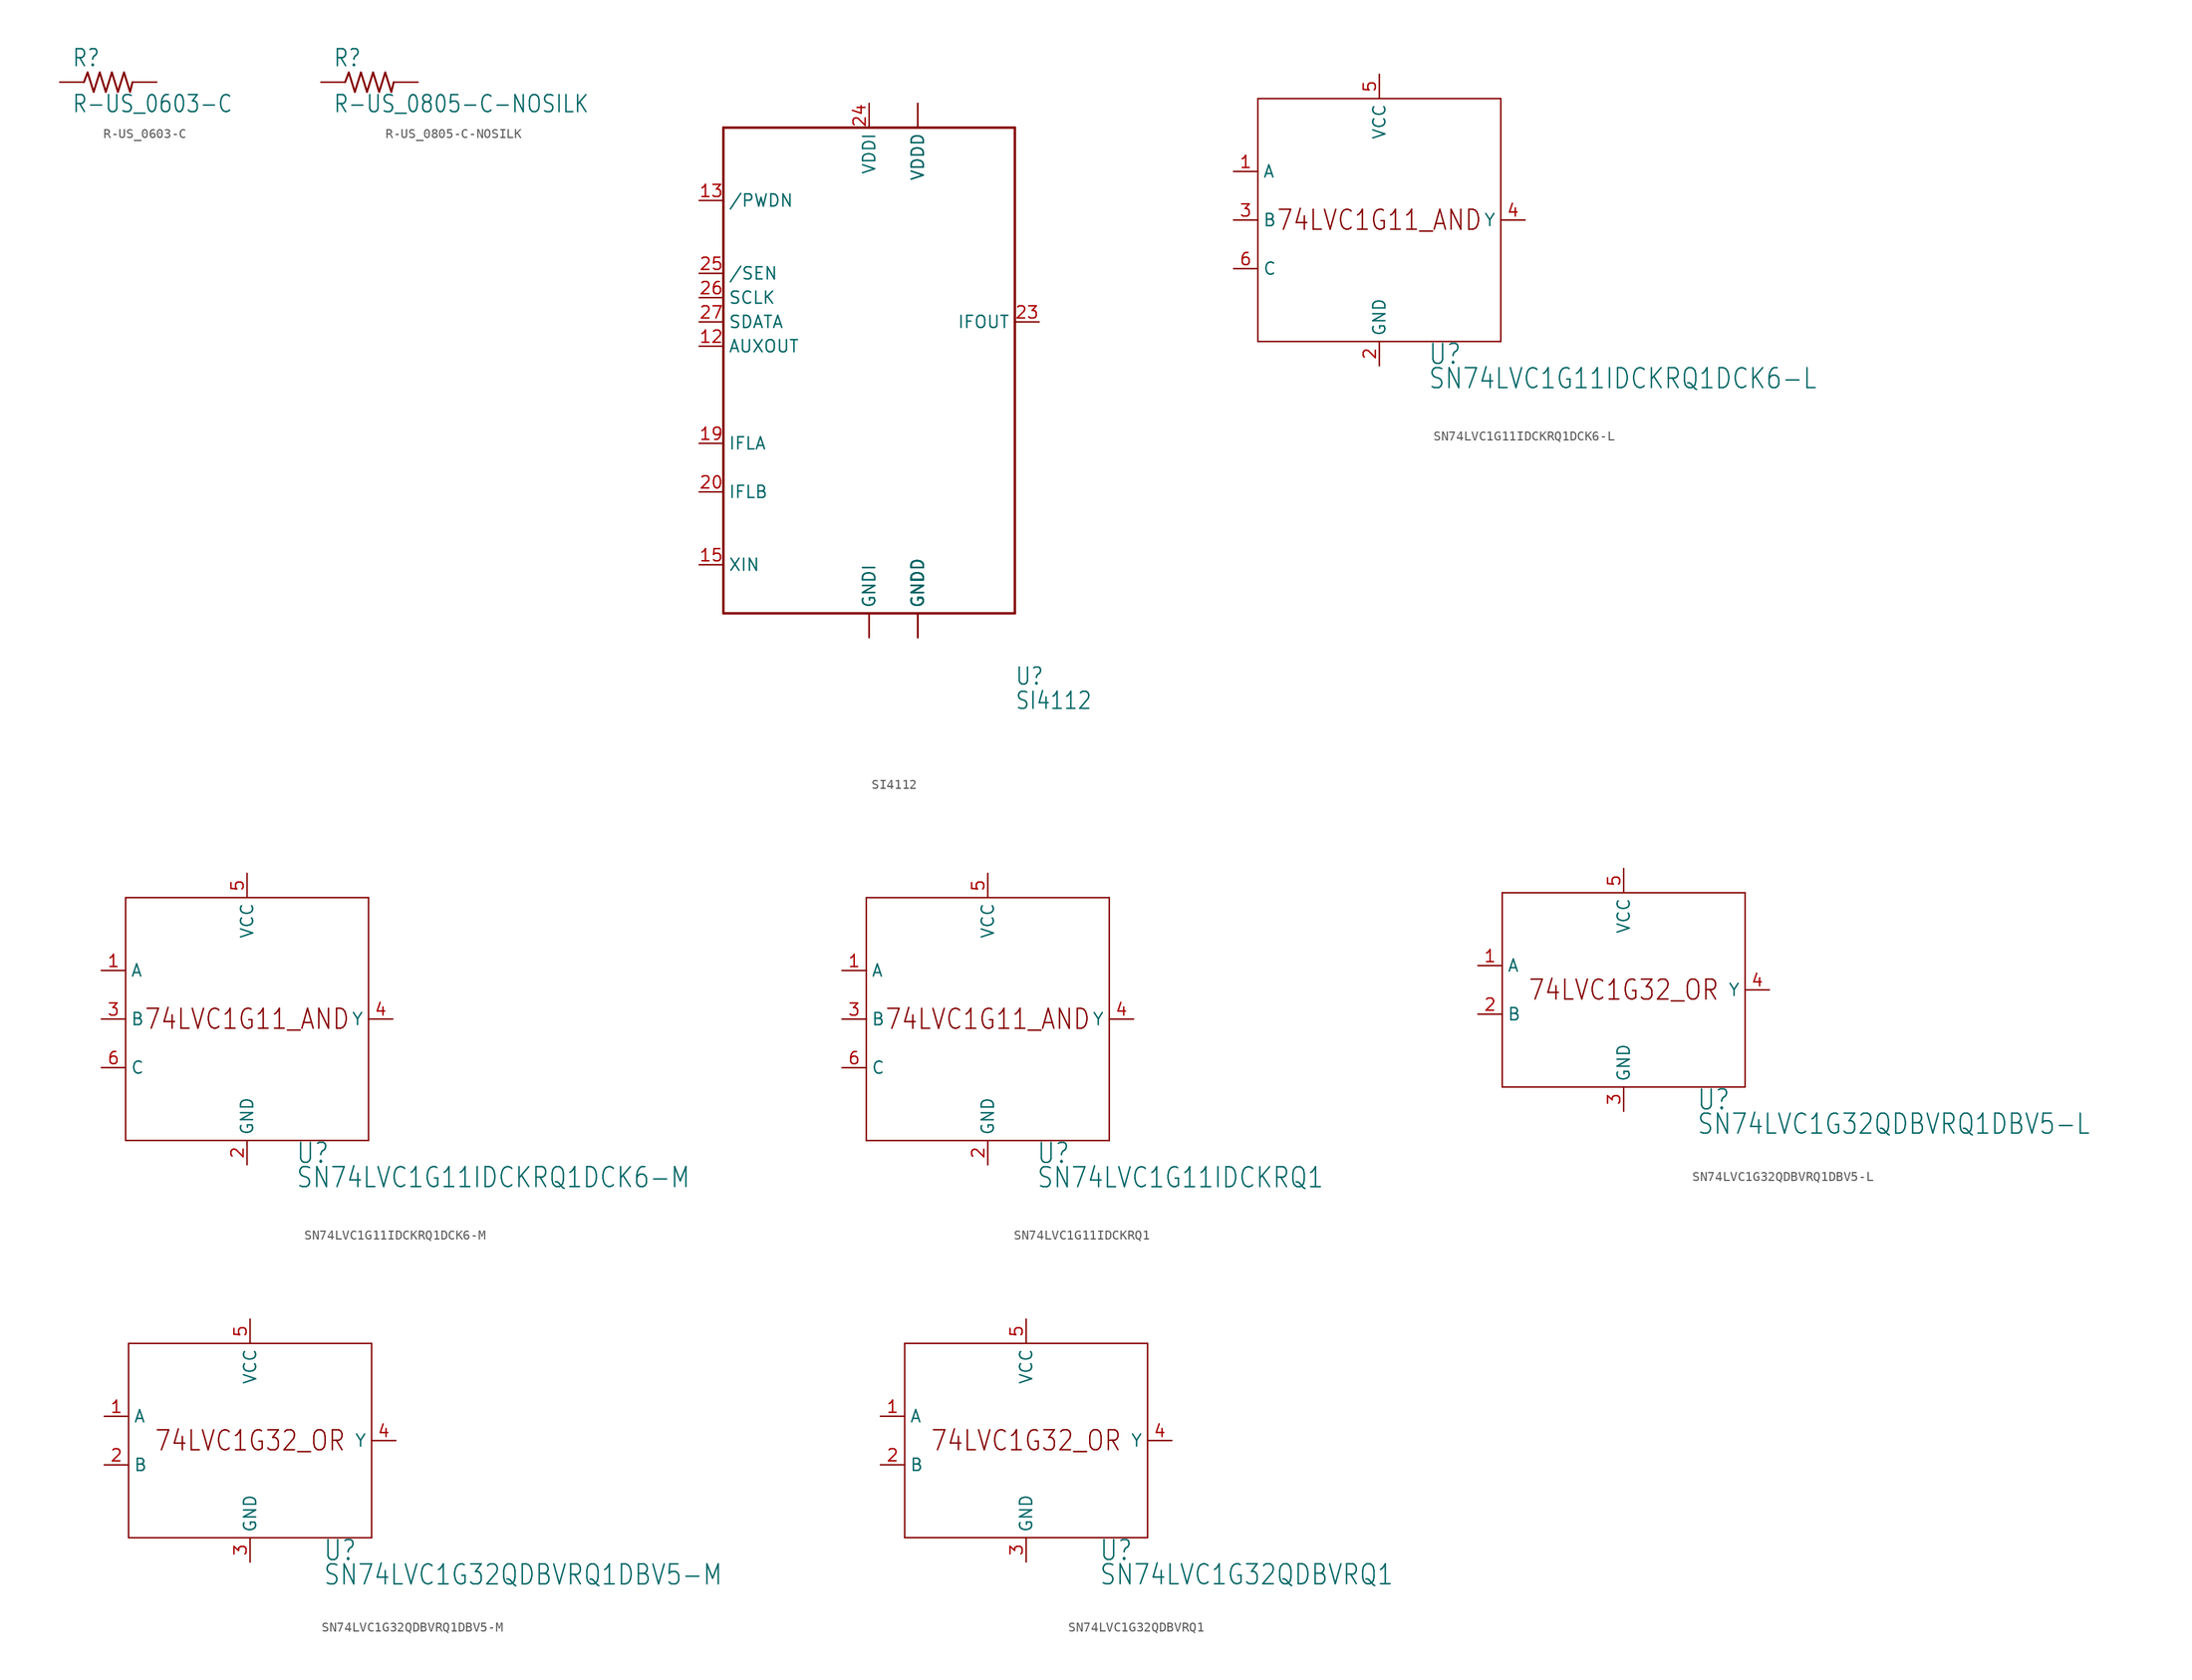
<source format=kicad_sym>
(kicad_symbol_lib
  (version 20211014)
  (generator kicad_symbol_editor)
  (symbol "R-US_0603-C"
    (property "Reference" "R"
      (at -3.81 1.499 0)
      (effects (font (size 1.778 1.511)) (justify left bottom)))
    (property "Value" "R-US_0603-C"
      (at -3.81 -3.302 0)
      (effects (font (size 1.778 1.511)) (justify left bottom)))
    (property "ki_locked" ""
      (at 0 0 0)
      (effects (font (size 1.27 1.27))))
    (symbol "R-US_0603-C_1_0"
      (polyline (pts (xy -2.54 0) (xy -2.159 1.016)) (stroke (width 0.203) (type default) (color 0 0 0 0)) (fill (type none)))
      (polyline (pts (xy -2.159 1.016) (xy -1.524 -1.016)) (stroke (width 0.203) (type default) (color 0 0 0 0)) (fill (type none)))
      (polyline (pts (xy -1.524 -1.016) (xy -0.889 1.016)) (stroke (width 0.203) (type default) (color 0 0 0 0)) (fill (type none)))
      (polyline (pts (xy -0.889 1.016) (xy -0.254 -1.016)) (stroke (width 0.203) (type default) (color 0 0 0 0)) (fill (type none)))
      (polyline (pts (xy -0.254 -1.016) (xy 0.381 1.016)) (stroke (width 0.203) (type default) (color 0 0 0 0)) (fill (type none)))
      (polyline (pts (xy 0.381 1.016) (xy 1.016 -1.016)) (stroke (width 0.203) (type default) (color 0 0 0 0)) (fill (type none)))
      (polyline (pts (xy 1.016 -1.016) (xy 1.651 1.016)) (stroke (width 0.203) (type default) (color 0 0 0 0)) (fill (type none)))
      (polyline (pts (xy 1.651 1.016) (xy 2.286 -1.016)) (stroke (width 0.203) (type default) (color 0 0 0 0)) (fill (type none)))
      (polyline (pts (xy 2.286 -1.016) (xy 2.54 0)) (stroke (width 0.203) (type default) (color 0 0 0 0)) (fill (type none)))
      (pin passive line (at -5.08 0 0) (length 2.54) (name "1" (effects (font (size 0 0)))) (number "1" (effects (font (size 0 0)))))
      (pin passive line (at 5.08 0 180) (length 2.54) (name "2" (effects (font (size 0 0)))) (number "2" (effects (font (size 0 0)))))))
  (symbol "R-US_0805-C-NOSILK"
    (property "Reference" "R"
      (at -3.81 1.499 0)
      (effects (font (size 1.778 1.511)) (justify left bottom)))
    (property "Value" "R-US_0805-C-NOSILK"
      (at -3.81 -3.302 0)
      (effects (font (size 1.778 1.511)) (justify left bottom)))
    (property "ki_locked" ""
      (at 0 0 0)
      (effects (font (size 1.27 1.27))))
    (symbol "R-US_0805-C-NOSILK_1_0"
      (polyline (pts (xy -2.54 0) (xy -2.159 1.016)) (stroke (width 0.203) (type default) (color 0 0 0 0)) (fill (type none)))
      (polyline (pts (xy -2.159 1.016) (xy -1.524 -1.016)) (stroke (width 0.203) (type default) (color 0 0 0 0)) (fill (type none)))
      (polyline (pts (xy -1.524 -1.016) (xy -0.889 1.016)) (stroke (width 0.203) (type default) (color 0 0 0 0)) (fill (type none)))
      (polyline (pts (xy -0.889 1.016) (xy -0.254 -1.016)) (stroke (width 0.203) (type default) (color 0 0 0 0)) (fill (type none)))
      (polyline (pts (xy -0.254 -1.016) (xy 0.381 1.016)) (stroke (width 0.203) (type default) (color 0 0 0 0)) (fill (type none)))
      (polyline (pts (xy 0.381 1.016) (xy 1.016 -1.016)) (stroke (width 0.203) (type default) (color 0 0 0 0)) (fill (type none)))
      (polyline (pts (xy 1.016 -1.016) (xy 1.651 1.016)) (stroke (width 0.203) (type default) (color 0 0 0 0)) (fill (type none)))
      (polyline (pts (xy 1.651 1.016) (xy 2.286 -1.016)) (stroke (width 0.203) (type default) (color 0 0 0 0)) (fill (type none)))
      (polyline (pts (xy 2.286 -1.016) (xy 2.54 0)) (stroke (width 0.203) (type default) (color 0 0 0 0)) (fill (type none)))
      (pin passive line (at -5.08 0 0) (length 2.54) (name "1" (effects (font (size 0 0)))) (number "1" (effects (font (size 0 0)))))
      (pin passive line (at 5.08 0 180) (length 2.54) (name "2" (effects (font (size 0 0)))) (number "2" (effects (font (size 0 0)))))))
  (symbol "SI4112"
    (property "Reference" "U"
      (at 15.24 -33.02 0)
      (effects (font (size 1.778 1.511)) (justify left bottom)))
    (property "Value" "SI4112"
      (at 15.24 -35.56 0)
      (effects (font (size 1.778 1.511)) (justify left bottom)))
    (property "ki_locked" ""
      (at 0 0 0)
      (effects (font (size 1.27 1.27))))
    (symbol "SI4112_1_0"
      (polyline (pts (xy -15.24 -25.4) (xy -15.24 25.4)) (stroke (width 0.254) (type default) (color 0 0 0 0)) (fill (type none)))
      (polyline (pts (xy -15.24 25.4) (xy 15.24 25.4)) (stroke (width 0.254) (type default) (color 0 0 0 0)) (fill (type none)))
      (polyline (pts (xy 15.24 -25.4) (xy -15.24 -25.4)) (stroke (width 0.254) (type default) (color 0 0 0 0)) (fill (type none)))
      (polyline (pts (xy 15.24 25.4) (xy 15.24 -25.4)) (stroke (width 0.254) (type default) (color 0 0 0 0)) (fill (type none)))
      (pin power_in line (at 5.08 -27.94 90) (length 2.54) (name "GNDD" (effects (font (size 1.27 1.27)))) (number "1" (effects (font (size 0 0)))))
      (pin power_in line (at 5.08 -27.94 90) (length 2.54) (name "GNDD" (effects (font (size 1.27 1.27)))) (number "10" (effects (font (size 0 0)))))
      (pin power_in line (at 5.08 27.94 270) (length 2.54) (name "VDDD" (effects (font (size 1.27 1.27)))) (number "11" (effects (font (size 0 0)))))
      (pin output line (at -17.78 2.54 0) (length 2.54) (name "AUXOUT" (effects (font (size 1.27 1.27)))) (number "12" (effects (font (size 1.27 1.27)))))
      (pin input line (at -17.78 17.78 0) (length 2.54) (name "/PWDN" (effects (font (size 1.27 1.27)))) (number "13" (effects (font (size 1.27 1.27)))))
      (pin power_in line (at 5.08 -27.94 90) (length 2.54) (name "GNDD" (effects (font (size 1.27 1.27)))) (number "14" (effects (font (size 0 0)))))
      (pin input line (at -17.78 -20.32 0) (length 2.54) (name "XIN" (effects (font (size 1.27 1.27)))) (number "15" (effects (font (size 1.27 1.27)))))
      (pin power_in line (at 5.08 -27.94 90) (length 2.54) (name "GNDD" (effects (font (size 1.27 1.27)))) (number "16" (effects (font (size 0 0)))))
      (pin power_in line (at 5.08 27.94 270) (length 2.54) (name "VDDD" (effects (font (size 1.27 1.27)))) (number "17" (effects (font (size 0 0)))))
      (pin power_in line (at 5.08 -27.94 90) (length 2.54) (name "GNDD" (effects (font (size 1.27 1.27)))) (number "18" (effects (font (size 0 0)))))
      (pin input line (at -17.78 -7.62 0) (length 2.54) (name "IFLA" (effects (font (size 1.27 1.27)))) (number "19" (effects (font (size 1.27 1.27)))))
      (pin power_in line (at 5.08 -27.94 90) (length 2.54) (name "GNDD" (effects (font (size 1.27 1.27)))) (number "2" (effects (font (size 0 0)))))
      (pin input line (at -17.78 -12.7 0) (length 2.54) (name "IFLB" (effects (font (size 1.27 1.27)))) (number "20" (effects (font (size 1.27 1.27)))))
      (pin power_in line (at 0 -27.94 90) (length 2.54) (name "GNDI" (effects (font (size 1.27 1.27)))) (number "21" (effects (font (size 0 0)))))
      (pin power_in line (at 0 -27.94 90) (length 2.54) (name "GNDI" (effects (font (size 1.27 1.27)))) (number "22" (effects (font (size 0 0)))))
      (pin output line (at 17.78 5.08 180) (length 2.54) (name "IFOUT" (effects (font (size 1.27 1.27)))) (number "23" (effects (font (size 1.27 1.27)))))
      (pin power_in line (at 0 27.94 270) (length 2.54) (name "VDDI" (effects (font (size 1.27 1.27)))) (number "24" (effects (font (size 1.27 1.27)))))
      (pin input line (at -17.78 10.16 0) (length 2.54) (name "/SEN" (effects (font (size 1.27 1.27)))) (number "25" (effects (font (size 1.27 1.27)))))
      (pin input line (at -17.78 7.62 0) (length 2.54) (name "SCLK" (effects (font (size 1.27 1.27)))) (number "26" (effects (font (size 1.27 1.27)))))
      (pin input line (at -17.78 5.08 0) (length 2.54) (name "SDATA" (effects (font (size 1.27 1.27)))) (number "27" (effects (font (size 1.27 1.27)))))
      (pin power_in line (at 5.08 -27.94 90) (length 2.54) (name "GNDD" (effects (font (size 1.27 1.27)))) (number "28" (effects (font (size 0 0)))))
      (pin power_in line (at 5.08 -27.94 90) (length 2.54) (name "GNDD" (effects (font (size 1.27 1.27)))) (number "3" (effects (font (size 0 0)))))
      (pin power_in line (at 5.08 -27.94 90) (length 2.54) (name "GNDD" (effects (font (size 1.27 1.27)))) (number "4" (effects (font (size 0 0)))))
      (pin power_in line (at 5.08 -27.94 90) (length 2.54) (name "GNDD" (effects (font (size 1.27 1.27)))) (number "5" (effects (font (size 0 0)))))
      (pin power_in line (at 5.08 -27.94 90) (length 2.54) (name "GNDD" (effects (font (size 1.27 1.27)))) (number "6" (effects (font (size 0 0)))))
      (pin power_in line (at 5.08 -27.94 90) (length 2.54) (name "GNDD" (effects (font (size 1.27 1.27)))) (number "7" (effects (font (size 0 0)))))
      (pin power_in line (at 5.08 -27.94 90) (length 2.54) (name "GNDD" (effects (font (size 1.27 1.27)))) (number "8" (effects (font (size 0 0)))))
      (pin power_in line (at 5.08 -27.94 90) (length 2.54) (name "GNDD" (effects (font (size 1.27 1.27)))) (number "9" (effects (font (size 0 0)))))
      (pin power_in line (at 5.08 -27.94 90) (length 2.54) (name "GNDD" (effects (font (size 1.27 1.27)))) (number "PAD" (effects (font (size 0 0)))))))
  (symbol "SN74LVC1G11IDCKRQ1DCK6-L"
    (property "Reference" "U"
      (at 5.08 -15.24 0)
      (effects (font (size 2.083 1.77)) (justify left bottom)))
    (property "Value" "SN74LVC1G11IDCKRQ1DCK6-L"
      (at 5.08 -17.78 0)
      (effects (font (size 2.083 1.77)) (justify left bottom)))
    (property "ki_locked" ""
      (at 0 0 0)
      (effects (font (size 1.27 1.27))))
    (symbol "SN74LVC1G11IDCKRQ1DCK6-L_1_0"
      (polyline (pts (xy -12.7 -12.7) (xy 12.7 -12.7)) (stroke (width 0.152) (type default) (color 0 0 0 0)) (fill (type none)))
      (polyline (pts (xy -12.7 12.7) (xy -12.7 -12.7)) (stroke (width 0.152) (type default) (color 0 0 0 0)) (fill (type none)))
      (polyline (pts (xy 12.7 -12.7) (xy 12.7 12.7)) (stroke (width 0.152) (type default) (color 0 0 0 0)) (fill (type none)))
      (polyline (pts (xy 12.7 12.7) (xy -12.7 12.7)) (stroke (width 0.152) (type default) (color 0 0 0 0)) (fill (type none)))
      (text "74LVC1G11_AND" (at 0 0 0) (effects (font (size 2.083 1.77))))
      (pin input line (at -15.24 5.08 0) (length 2.54) (name "A" (effects (font (size 1.27 1.27)))) (number "1" (effects (font (size 1.27 1.27)))))
      (pin power_in line (at 0 -15.24 90) (length 2.54) (name "GND" (effects (font (size 1.27 1.27)))) (number "2" (effects (font (size 1.27 1.27)))))
      (pin input line (at -15.24 0 0) (length 2.54) (name "B" (effects (font (size 1.27 1.27)))) (number "3" (effects (font (size 1.27 1.27)))))
      (pin output line (at 15.24 0 180) (length 2.54) (name "Y" (effects (font (size 1.27 1.27)))) (number "4" (effects (font (size 1.27 1.27)))))
      (pin power_in line (at 0 15.24 270) (length 2.54) (name "VCC" (effects (font (size 1.27 1.27)))) (number "5" (effects (font (size 1.27 1.27)))))
      (pin input line (at -15.24 -5.08 0) (length 2.54) (name "C" (effects (font (size 1.27 1.27)))) (number "6" (effects (font (size 1.27 1.27)))))))
  (symbol "SN74LVC1G11IDCKRQ1DCK6-M"
    (property "Reference" "U"
      (at 5.08 -15.24 0)
      (effects (font (size 2.083 1.77)) (justify left bottom)))
    (property "Value" "SN74LVC1G11IDCKRQ1DCK6-M"
      (at 5.08 -17.78 0)
      (effects (font (size 2.083 1.77)) (justify left bottom)))
    (property "ki_locked" ""
      (at 0 0 0)
      (effects (font (size 1.27 1.27))))
    (symbol "SN74LVC1G11IDCKRQ1DCK6-M_1_0"
      (polyline (pts (xy -12.7 -12.7) (xy 12.7 -12.7)) (stroke (width 0.152) (type default) (color 0 0 0 0)) (fill (type none)))
      (polyline (pts (xy -12.7 12.7) (xy -12.7 -12.7)) (stroke (width 0.152) (type default) (color 0 0 0 0)) (fill (type none)))
      (polyline (pts (xy 12.7 -12.7) (xy 12.7 12.7)) (stroke (width 0.152) (type default) (color 0 0 0 0)) (fill (type none)))
      (polyline (pts (xy 12.7 12.7) (xy -12.7 12.7)) (stroke (width 0.152) (type default) (color 0 0 0 0)) (fill (type none)))
      (text "74LVC1G11_AND" (at 0 0 0) (effects (font (size 2.083 1.77))))
      (pin input line (at -15.24 5.08 0) (length 2.54) (name "A" (effects (font (size 1.27 1.27)))) (number "1" (effects (font (size 1.27 1.27)))))
      (pin power_in line (at 0 -15.24 90) (length 2.54) (name "GND" (effects (font (size 1.27 1.27)))) (number "2" (effects (font (size 1.27 1.27)))))
      (pin input line (at -15.24 0 0) (length 2.54) (name "B" (effects (font (size 1.27 1.27)))) (number "3" (effects (font (size 1.27 1.27)))))
      (pin output line (at 15.24 0 180) (length 2.54) (name "Y" (effects (font (size 1.27 1.27)))) (number "4" (effects (font (size 1.27 1.27)))))
      (pin power_in line (at 0 15.24 270) (length 2.54) (name "VCC" (effects (font (size 1.27 1.27)))) (number "5" (effects (font (size 1.27 1.27)))))
      (pin input line (at -15.24 -5.08 0) (length 2.54) (name "C" (effects (font (size 1.27 1.27)))) (number "6" (effects (font (size 1.27 1.27)))))))
  (symbol "SN74LVC1G11IDCKRQ1"
    (property "Reference" "U"
      (at 5.08 -15.24 0)
      (effects (font (size 2.083 1.77)) (justify left bottom)))
    (property "Value" "SN74LVC1G11IDCKRQ1"
      (at 5.08 -17.78 0)
      (effects (font (size 2.083 1.77)) (justify left bottom)))
    (property "ki_locked" ""
      (at 0 0 0)
      (effects (font (size 1.27 1.27))))
    (symbol "SN74LVC1G11IDCKRQ1_1_0"
      (polyline (pts (xy -12.7 -12.7) (xy 12.7 -12.7)) (stroke (width 0.152) (type default) (color 0 0 0 0)) (fill (type none)))
      (polyline (pts (xy -12.7 12.7) (xy -12.7 -12.7)) (stroke (width 0.152) (type default) (color 0 0 0 0)) (fill (type none)))
      (polyline (pts (xy 12.7 -12.7) (xy 12.7 12.7)) (stroke (width 0.152) (type default) (color 0 0 0 0)) (fill (type none)))
      (polyline (pts (xy 12.7 12.7) (xy -12.7 12.7)) (stroke (width 0.152) (type default) (color 0 0 0 0)) (fill (type none)))
      (text "74LVC1G11_AND" (at 0 0 0) (effects (font (size 2.083 1.77))))
      (pin input line (at -15.24 5.08 0) (length 2.54) (name "A" (effects (font (size 1.27 1.27)))) (number "1" (effects (font (size 1.27 1.27)))))
      (pin power_in line (at 0 -15.24 90) (length 2.54) (name "GND" (effects (font (size 1.27 1.27)))) (number "2" (effects (font (size 1.27 1.27)))))
      (pin input line (at -15.24 0 0) (length 2.54) (name "B" (effects (font (size 1.27 1.27)))) (number "3" (effects (font (size 1.27 1.27)))))
      (pin output line (at 15.24 0 180) (length 2.54) (name "Y" (effects (font (size 1.27 1.27)))) (number "4" (effects (font (size 1.27 1.27)))))
      (pin power_in line (at 0 15.24 270) (length 2.54) (name "VCC" (effects (font (size 1.27 1.27)))) (number "5" (effects (font (size 1.27 1.27)))))
      (pin input line (at -15.24 -5.08 0) (length 2.54) (name "C" (effects (font (size 1.27 1.27)))) (number "6" (effects (font (size 1.27 1.27)))))))
  (symbol "SN74LVC1G32QDBVRQ1DBV5-L"
    (property "Reference" "U"
      (at 7.62 -12.7 0)
      (effects (font (size 2.083 1.77)) (justify left bottom)))
    (property "Value" "SN74LVC1G32QDBVRQ1DBV5-L"
      (at 7.62 -15.24 0)
      (effects (font (size 2.083 1.77)) (justify left bottom)))
    (property "ki_locked" ""
      (at 0 0 0)
      (effects (font (size 1.27 1.27))))
    (symbol "SN74LVC1G32QDBVRQ1DBV5-L_1_0"
      (polyline (pts (xy -12.7 -10.16) (xy 12.7 -10.16)) (stroke (width 0.152) (type default) (color 0 0 0 0)) (fill (type none)))
      (polyline (pts (xy -12.7 10.16) (xy -12.7 -10.16)) (stroke (width 0.152) (type default) (color 0 0 0 0)) (fill (type none)))
      (polyline (pts (xy 12.7 -10.16) (xy 12.7 10.16)) (stroke (width 0.152) (type default) (color 0 0 0 0)) (fill (type none)))
      (polyline (pts (xy 12.7 10.16) (xy -12.7 10.16)) (stroke (width 0.152) (type default) (color 0 0 0 0)) (fill (type none)))
      (text "74LVC1G32_OR" (at 0 0 0) (effects (font (size 2.083 1.77))))
      (pin input line (at -15.24 2.54 0) (length 2.54) (name "A" (effects (font (size 1.27 1.27)))) (number "1" (effects (font (size 1.27 1.27)))))
      (pin input line (at -15.24 -2.54 0) (length 2.54) (name "B" (effects (font (size 1.27 1.27)))) (number "2" (effects (font (size 1.27 1.27)))))
      (pin power_in line (at 0 -12.7 90) (length 2.54) (name "GND" (effects (font (size 1.27 1.27)))) (number "3" (effects (font (size 1.27 1.27)))))
      (pin output line (at 15.24 0 180) (length 2.54) (name "Y" (effects (font (size 1.27 1.27)))) (number "4" (effects (font (size 1.27 1.27)))))
      (pin power_in line (at 0 12.7 270) (length 2.54) (name "VCC" (effects (font (size 1.27 1.27)))) (number "5" (effects (font (size 1.27 1.27)))))))
  (symbol "SN74LVC1G32QDBVRQ1DBV5-M"
    (property "Reference" "U"
      (at 7.62 -12.7 0)
      (effects (font (size 2.083 1.77)) (justify left bottom)))
    (property "Value" "SN74LVC1G32QDBVRQ1DBV5-M"
      (at 7.62 -15.24 0)
      (effects (font (size 2.083 1.77)) (justify left bottom)))
    (property "ki_locked" ""
      (at 0 0 0)
      (effects (font (size 1.27 1.27))))
    (symbol "SN74LVC1G32QDBVRQ1DBV5-M_1_0"
      (polyline (pts (xy -12.7 -10.16) (xy 12.7 -10.16)) (stroke (width 0.152) (type default) (color 0 0 0 0)) (fill (type none)))
      (polyline (pts (xy -12.7 10.16) (xy -12.7 -10.16)) (stroke (width 0.152) (type default) (color 0 0 0 0)) (fill (type none)))
      (polyline (pts (xy 12.7 -10.16) (xy 12.7 10.16)) (stroke (width 0.152) (type default) (color 0 0 0 0)) (fill (type none)))
      (polyline (pts (xy 12.7 10.16) (xy -12.7 10.16)) (stroke (width 0.152) (type default) (color 0 0 0 0)) (fill (type none)))
      (text "74LVC1G32_OR" (at 0 0 0) (effects (font (size 2.083 1.77))))
      (pin input line (at -15.24 2.54 0) (length 2.54) (name "A" (effects (font (size 1.27 1.27)))) (number "1" (effects (font (size 1.27 1.27)))))
      (pin input line (at -15.24 -2.54 0) (length 2.54) (name "B" (effects (font (size 1.27 1.27)))) (number "2" (effects (font (size 1.27 1.27)))))
      (pin power_in line (at 0 -12.7 90) (length 2.54) (name "GND" (effects (font (size 1.27 1.27)))) (number "3" (effects (font (size 1.27 1.27)))))
      (pin output line (at 15.24 0 180) (length 2.54) (name "Y" (effects (font (size 1.27 1.27)))) (number "4" (effects (font (size 1.27 1.27)))))
      (pin power_in line (at 0 12.7 270) (length 2.54) (name "VCC" (effects (font (size 1.27 1.27)))) (number "5" (effects (font (size 1.27 1.27)))))))
  (symbol "SN74LVC1G32QDBVRQ1"
    (property "Reference" "U"
      (at 7.62 -12.7 0)
      (effects (font (size 2.083 1.77)) (justify left bottom)))
    (property "Value" "SN74LVC1G32QDBVRQ1"
      (at 7.62 -15.24 0)
      (effects (font (size 2.083 1.77)) (justify left bottom)))
    (property "ki_locked" ""
      (at 0 0 0)
      (effects (font (size 1.27 1.27))))
    (symbol "SN74LVC1G32QDBVRQ1_1_0"
      (polyline (pts (xy -12.7 -10.16) (xy 12.7 -10.16)) (stroke (width 0.152) (type default) (color 0 0 0 0)) (fill (type none)))
      (polyline (pts (xy -12.7 10.16) (xy -12.7 -10.16)) (stroke (width 0.152) (type default) (color 0 0 0 0)) (fill (type none)))
      (polyline (pts (xy 12.7 -10.16) (xy 12.7 10.16)) (stroke (width 0.152) (type default) (color 0 0 0 0)) (fill (type none)))
      (polyline (pts (xy 12.7 10.16) (xy -12.7 10.16)) (stroke (width 0.152) (type default) (color 0 0 0 0)) (fill (type none)))
      (text "74LVC1G32_OR" (at 0 0 0) (effects (font (size 2.083 1.77))))
      (pin input line (at -15.24 2.54 0) (length 2.54) (name "A" (effects (font (size 1.27 1.27)))) (number "1" (effects (font (size 1.27 1.27)))))
      (pin input line (at -15.24 -2.54 0) (length 2.54) (name "B" (effects (font (size 1.27 1.27)))) (number "2" (effects (font (size 1.27 1.27)))))
      (pin power_in line (at 0 -12.7 90) (length 2.54) (name "GND" (effects (font (size 1.27 1.27)))) (number "3" (effects (font (size 1.27 1.27)))))
      (pin output line (at 15.24 0 180) (length 2.54) (name "Y" (effects (font (size 1.27 1.27)))) (number "4" (effects (font (size 1.27 1.27)))))
      (pin power_in line (at 0 12.7 270) (length 2.54) (name "VCC" (effects (font (size 1.27 1.27)))) (number "5" (effects (font (size 1.27 1.27))))))))
</source>
